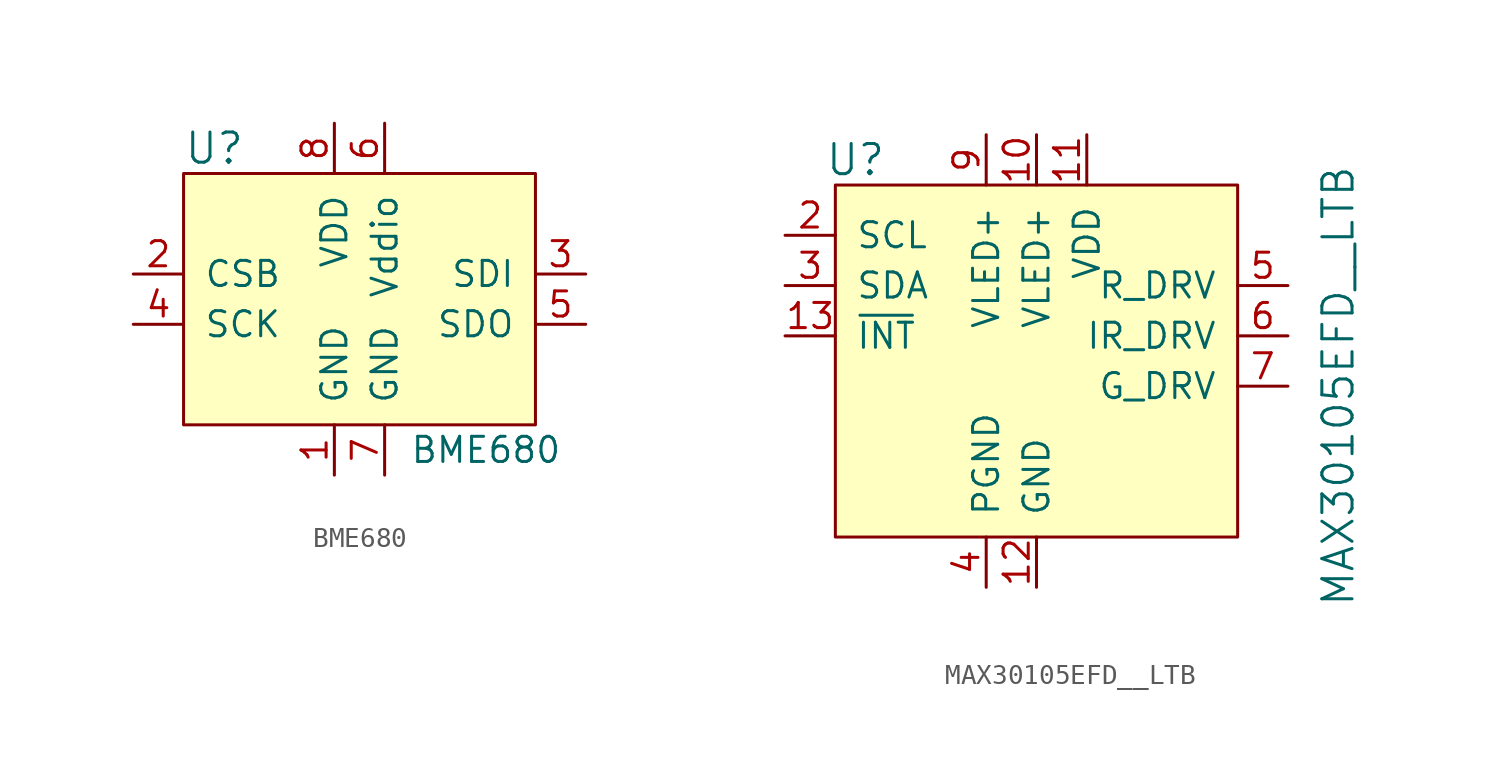
<source format=kicad_sym>
(kicad_symbol_lib
  (version 20220914)
  (generator kicad_symbol_editor)
  (symbol "BME680"
    (pin_names
      (offset 1.016))
    (property "Reference" "U"
      (at -7.62 8.89 0)
      (effects (font (size 1.524 1.524)) (justify left)))
    (property "Value" "BME680"
      (at 3.81 -6.35 0)
      (effects (font (size 1.27 1.27)) (justify left)))
    (symbol "BME680_0_1"
      (rectangle (start -7.62 7.62) (end 10.16 -5.08) (stroke (width 0) (type solid)) (fill (type background))))
    (symbol "BME680_1_1"
      (pin power_in line (at 0 -7.62 90) (length 2.54) (name "GND" (effects (font (size 1.27 1.27)))) (number "1" (effects (font (size 1.27 1.27)))))
      (pin input line (at -10.16 2.54 0) (length 2.54) (name "CSB" (effects (font (size 1.27 1.27)))) (number "2" (effects (font (size 1.27 1.27)))))
      (pin bidirectional line (at 12.7 2.54 180) (length 2.54) (name "SDI" (effects (font (size 1.27 1.27)))) (number "3" (effects (font (size 1.27 1.27)))))
      (pin input line (at -10.16 0 0) (length 2.54) (name "SCK" (effects (font (size 1.27 1.27)))) (number "4" (effects (font (size 1.27 1.27)))))
      (pin bidirectional line (at 12.7 0 180) (length 2.54) (name "SDO" (effects (font (size 1.27 1.27)))) (number "5" (effects (font (size 1.27 1.27)))))
      (pin power_in line (at 2.54 10.16 270) (length 2.54) (name "Vddio" (effects (font (size 1.27 1.27)))) (number "6" (effects (font (size 1.27 1.27)))))
      (pin power_in line (at 2.54 -7.62 90) (length 2.54) (name "GND" (effects (font (size 1.27 1.27)))) (number "7" (effects (font (size 1.27 1.27)))))
      (pin power_in line (at 0 10.16 270) (length 2.54) (name "VDD" (effects (font (size 1.27 1.27)))) (number "8" (effects (font (size 1.27 1.27)))))))
  (symbol "MAX30105EFD__LTB"
    (pin_names
      (offset 1.016))
    (property "Reference" "U"
      (at -9.144 11.43 0)
      (effects (font (size 1.524 1.524))))
    (property "Value" "MAX30105EFD__LTB"
      (at 15.24 0 90)
      (effects (font (size 1.524 1.524))))
    (symbol "MAX30105EFD__LTB_0_1"
      (rectangle (start -10.16 10.16) (end 10.16 -7.62) (stroke (width 0) (type solid)) (fill (type background))))
    (symbol "MAX30105EFD__LTB_1_1"
      (pin no_connect line (at -10.16 0 0) (length 2.54) hide (name "NC" (effects (font (size 1.27 1.27)))) (number "1" (effects (font (size 1.27 1.27)))))
      (pin power_in line (at 0 12.7 270) (length 2.54) (name "VLED+" (effects (font (size 1.27 1.27)))) (number "10" (effects (font (size 1.27 1.27)))))
      (pin power_in line (at 2.54 12.7 270) (length 2.54) (name "VDD" (effects (font (size 1.27 1.27)))) (number "11" (effects (font (size 1.27 1.27)))))
      (pin power_in line (at 0 -10.16 90) (length 2.54) (name "GND" (effects (font (size 1.27 1.27)))) (number "12" (effects (font (size 1.27 1.27)))))
      (pin input line (at -12.7 2.54 0) (length 2.54) (name "~{INT}" (effects (font (size 1.27 1.27)))) (number "13" (effects (font (size 1.27 1.27)))))
      (pin no_connect line (at -10.16 -2.54 0) (length 2.54) hide (name "NC" (effects (font (size 1.27 1.27)))) (number "14" (effects (font (size 1.27 1.27)))))
      (pin input line (at -12.7 7.62 0) (length 2.54) (name "SCL" (effects (font (size 1.27 1.27)))) (number "2" (effects (font (size 1.27 1.27)))))
      (pin bidirectional line (at -12.7 5.08 0) (length 2.54) (name "SDA" (effects (font (size 1.27 1.27)))) (number "3" (effects (font (size 1.27 1.27)))))
      (pin power_in line (at -2.54 -10.16 90) (length 2.54) (name "PGND" (effects (font (size 1.27 1.27)))) (number "4" (effects (font (size 1.27 1.27)))))
      (pin output line (at 12.7 5.08 180) (length 2.54) (name "R_DRV" (effects (font (size 1.27 1.27)))) (number "5" (effects (font (size 1.27 1.27)))))
      (pin output line (at 12.7 2.54 180) (length 2.54) (name "IR_DRV" (effects (font (size 1.27 1.27)))) (number "6" (effects (font (size 1.27 1.27)))))
      (pin output line (at 12.7 0 180) (length 2.54) (name "G_DRV" (effects (font (size 1.27 1.27)))) (number "7" (effects (font (size 1.27 1.27)))))
      (pin no_connect line (at -10.16 -5.08 0) (length 2.54) hide (name "NC" (effects (font (size 1.27 1.27)))) (number "8" (effects (font (size 1.27 1.27)))))
      (pin power_in line (at -2.54 12.7 270) (length 2.54) (name "VLED+" (effects (font (size 1.27 1.27)))) (number "9" (effects (font (size 1.27 1.27))))))))
</source>
